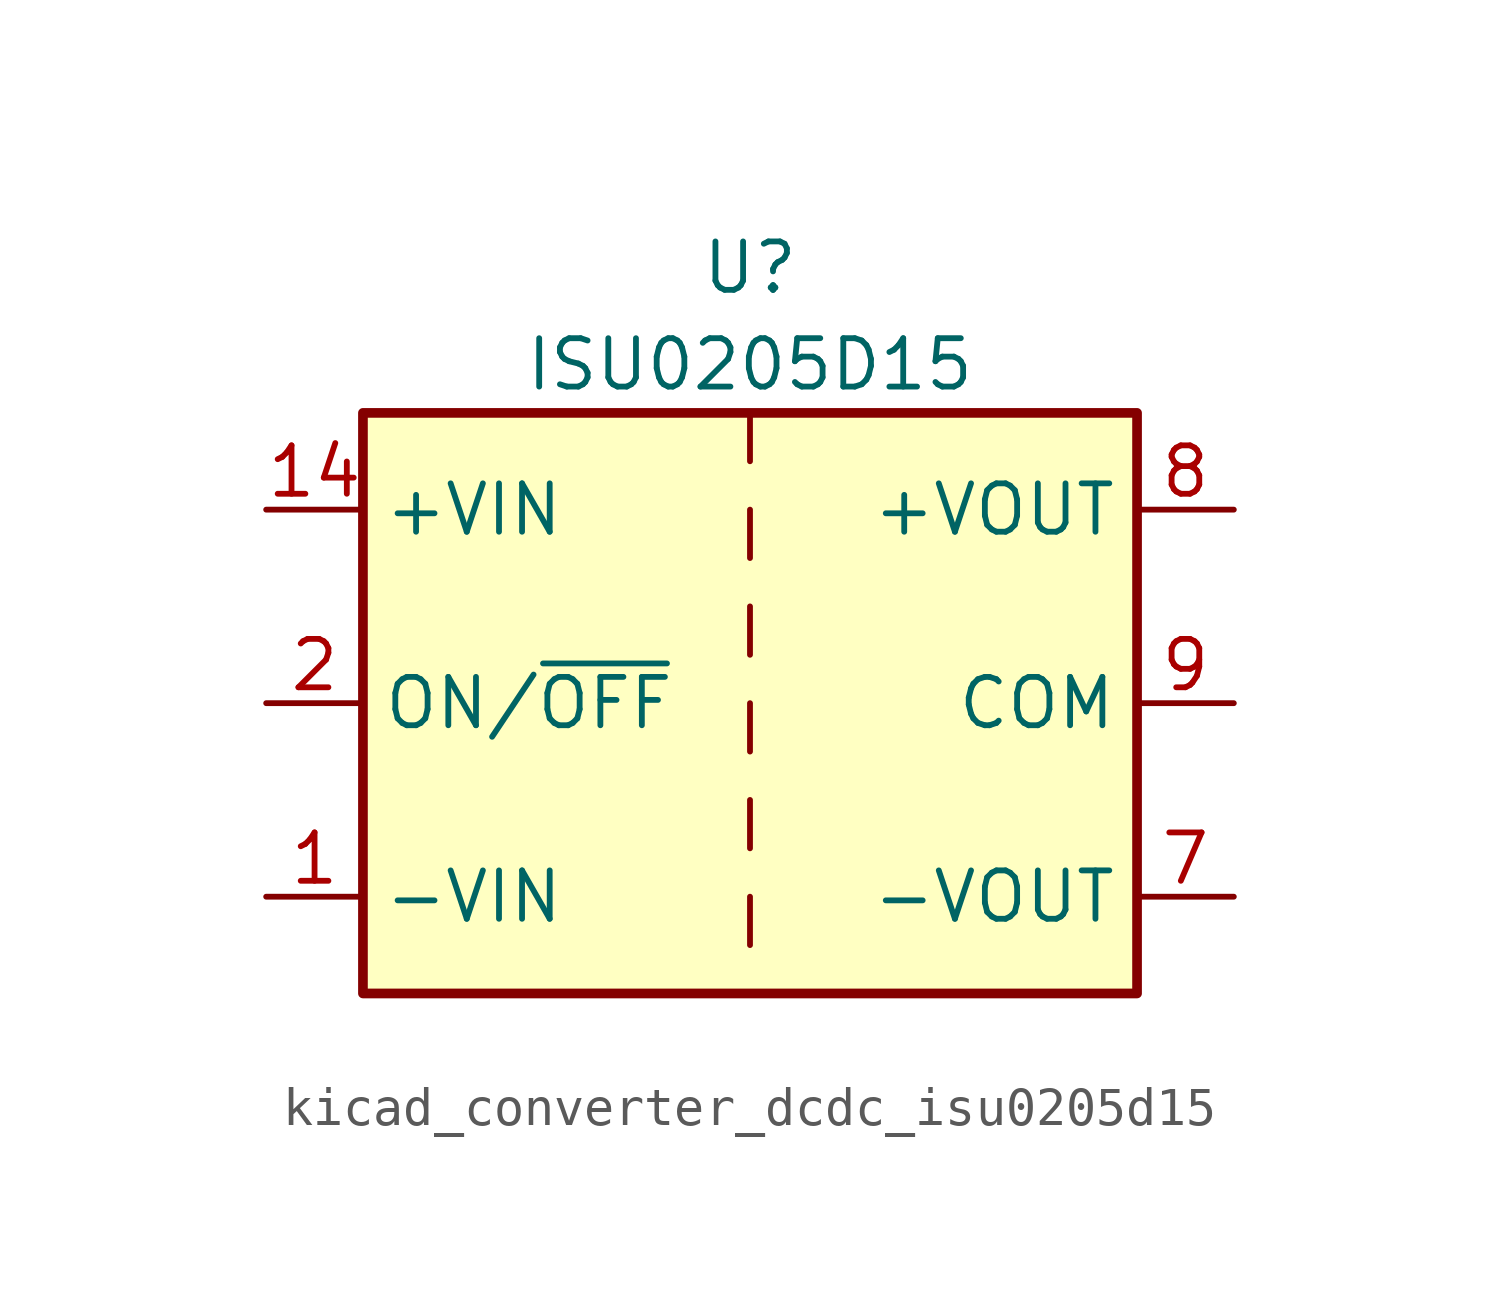
<source format=kicad_sym>
(kicad_symbol_lib
  (version 20220914)
  (generator kicad_symbol_editor)
  (symbol "kicad_converter_dcdc_isu0205d15"
    (property "Reference" "U"
      (at 0 11.43 0)
      (effects (font (size 1.27 1.27))))
    (property "Value" "ISU0205D15"
      (at 0 8.89 0)
      (effects (font (size 1.27 1.27))))
    (symbol "kicad_converter_dcdc_isu0205d15_0_1"
      (rectangle (start -10.16 7.62) (end 10.16 -7.62) (stroke (width 0.254) (type default)) (fill (type background)))
      (polyline (pts (xy 0 -5.08) (xy 0 -6.35)) (stroke (width 0) (type default)) (fill (type none)))
      (polyline (pts (xy 0 -2.54) (xy 0 -3.81)) (stroke (width 0) (type default)) (fill (type none)))
      (polyline (pts (xy 0 0) (xy 0 -1.27)) (stroke (width 0) (type default)) (fill (type none)))
      (polyline (pts (xy 0 2.54) (xy 0 1.27)) (stroke (width 0) (type default)) (fill (type none)))
      (polyline (pts (xy 0 5.08) (xy 0 3.81)) (stroke (width 0) (type default)) (fill (type none)))
      (polyline (pts (xy 0 7.62) (xy 0 6.35)) (stroke (width 0) (type default)) (fill (type none))))
    (symbol "kicad_converter_dcdc_isu0205d15_1_1"
      (pin power_in line (at -12.7 -5.08 0) (length 2.54) (name "-VIN" (effects (font (size 1.27 1.27)))) (number "1" (effects (font (size 1.27 1.27)))))
      (pin power_in line (at -12.7 5.08 0) (length 2.54) (name "+VIN" (effects (font (size 1.27 1.27)))) (number "14" (effects (font (size 1.27 1.27)))))
      (pin input line (at -12.7 0 0) (length 2.54) (name "ON/~{OFF}" (effects (font (size 1.27 1.27)))) (number "2" (effects (font (size 1.27 1.27)))))
      (pin passive line (at 12.7 0 180) (length 2.54) hide (name "COM" (effects (font (size 1.27 1.27)))) (number "6" (effects (font (size 1.27 1.27)))))
      (pin power_out line (at 12.7 -5.08 180) (length 2.54) (name "-VOUT" (effects (font (size 1.27 1.27)))) (number "7" (effects (font (size 1.27 1.27)))))
      (pin power_out line (at 12.7 5.08 180) (length 2.54) (name "+VOUT" (effects (font (size 1.27 1.27)))) (number "8" (effects (font (size 1.27 1.27)))))
      (pin power_out line (at 12.7 0 180) (length 2.54) (name "COM" (effects (font (size 1.27 1.27)))) (number "9" (effects (font (size 1.27 1.27))))))))
</source>
